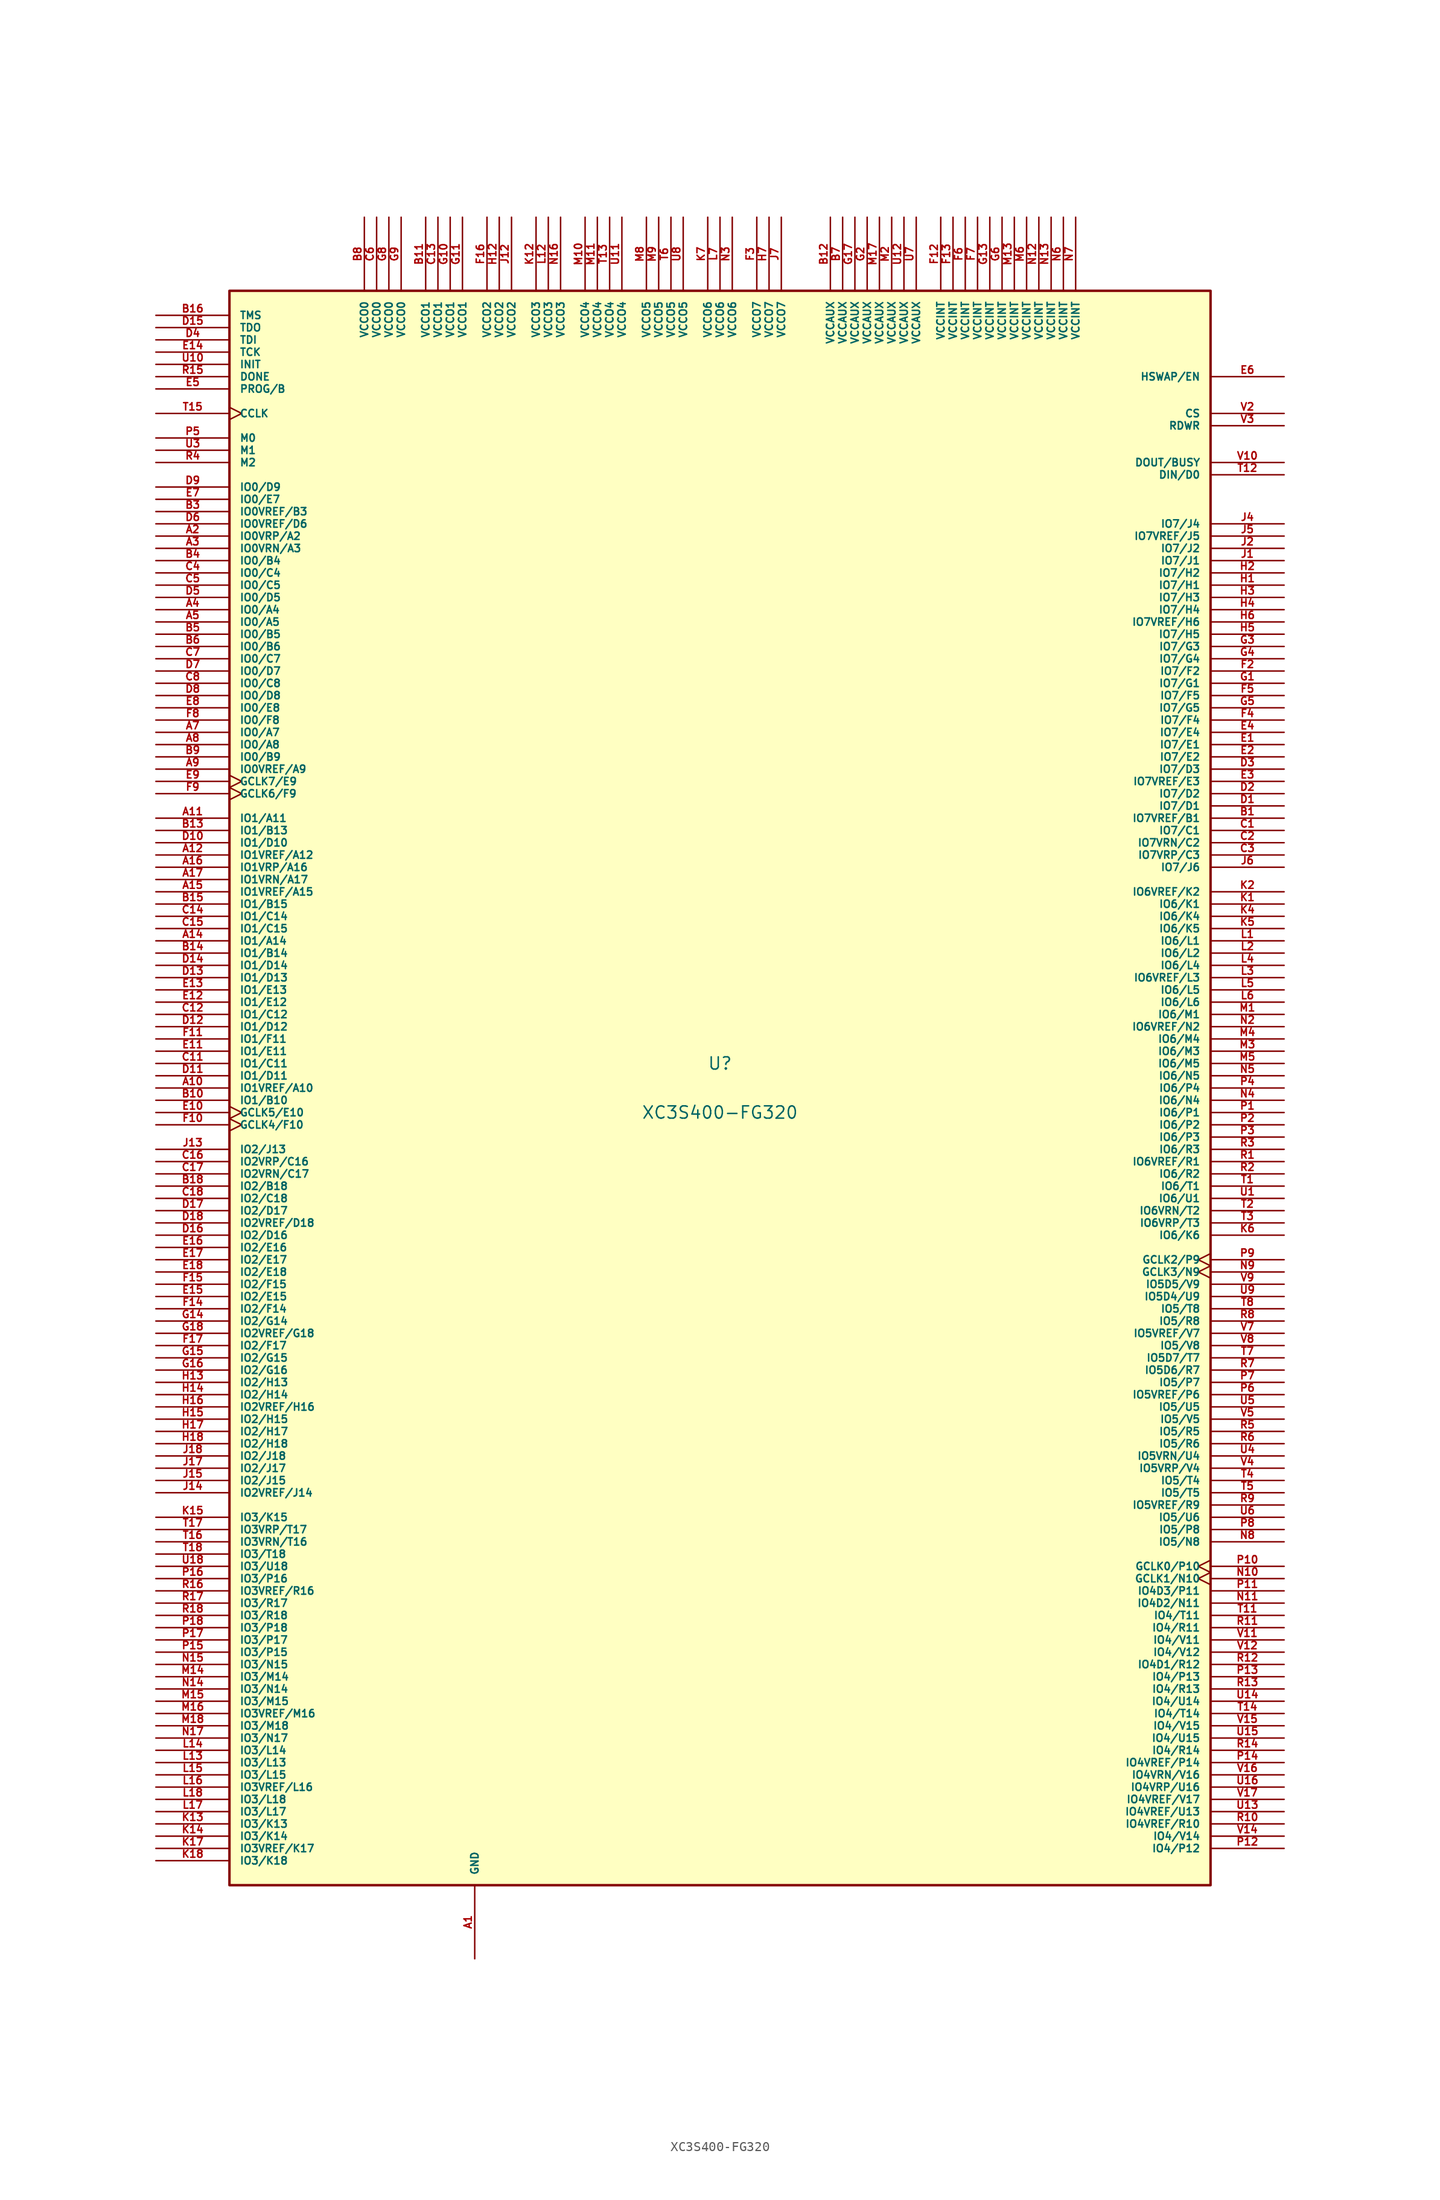
<source format=kicad_sym>
(kicad_symbol_lib
  (version 20241209)
  (generator "kicad_symbol_editor")
  (generator_version "9.0")
  (symbol "XC3S400-FG320"
    (pin_names
      (offset 1.016))
    (property "Reference" "U"
      (at 0 2.54 0)
      (effects (font (size 1.27 1.27))))
    (property "Value" "XC3S400-FG320"
      (at 0 -2.54 0)
      (effects (font (size 1.27 1.27))))
    (symbol "XC3S400-FG320_0_1"
      (rectangle (start -50.8 -82.55) (end 50.8 82.55) (stroke (width 0.254) (type default)) (fill (type background))))
    (symbol "XC3S400-FG320_1_1"
      (pin input line (at -58.42 80.01 0) (length 7.62) (name "TMS" (effects (font (size 0.762 0.762)))) (number "B16" (effects (font (size 0.762 0.762)))))
      (pin output line (at -58.42 78.74 0) (length 7.62) (name "TDO" (effects (font (size 0.762 0.762)))) (number "D15" (effects (font (size 0.762 0.762)))))
      (pin input line (at -58.42 77.47 0) (length 7.62) (name "TDI" (effects (font (size 0.762 0.762)))) (number "D4" (effects (font (size 0.762 0.762)))))
      (pin input line (at -58.42 76.2 0) (length 7.62) (name "TCK" (effects (font (size 0.762 0.762)))) (number "E14" (effects (font (size 0.762 0.762)))))
      (pin input line (at -58.42 74.93 0) (length 7.62) (name "INIT" (effects (font (size 0.762 0.762)))) (number "U10" (effects (font (size 0.762 0.762)))))
      (pin output line (at -58.42 73.66 0) (length 7.62) (name "DONE" (effects (font (size 0.762 0.762)))) (number "R15" (effects (font (size 0.762 0.762)))))
      (pin input line (at -58.42 72.39 0) (length 7.62) (name "PROG/B" (effects (font (size 0.762 0.762)))) (number "E5" (effects (font (size 0.762 0.762)))))
      (pin input clock (at -58.42 69.85 0) (length 7.62) (name "CCLK" (effects (font (size 0.762 0.762)))) (number "T15" (effects (font (size 0.762 0.762)))))
      (pin input line (at -58.42 67.31 0) (length 7.62) (name "M0" (effects (font (size 0.762 0.762)))) (number "P5" (effects (font (size 0.762 0.762)))))
      (pin input line (at -58.42 66.04 0) (length 7.62) (name "M1" (effects (font (size 0.762 0.762)))) (number "U3" (effects (font (size 0.762 0.762)))))
      (pin input line (at -58.42 64.77 0) (length 7.62) (name "M2" (effects (font (size 0.762 0.762)))) (number "R4" (effects (font (size 0.762 0.762)))))
      (pin bidirectional line (at -58.42 62.23 0) (length 7.62) (name "IO0/D9" (effects (font (size 0.762 0.762)))) (number "D9" (effects (font (size 0.762 0.762)))))
      (pin bidirectional line (at -58.42 60.96 0) (length 7.62) (name "IO0/E7" (effects (font (size 0.762 0.762)))) (number "E7" (effects (font (size 0.762 0.762)))))
      (pin bidirectional line (at -58.42 59.69 0) (length 7.62) (name "IO0VREF/B3" (effects (font (size 0.762 0.762)))) (number "B3" (effects (font (size 0.762 0.762)))))
      (pin bidirectional line (at -58.42 58.42 0) (length 7.62) (name "IO0VREF/D6" (effects (font (size 0.762 0.762)))) (number "D6" (effects (font (size 0.762 0.762)))))
      (pin bidirectional line (at -58.42 57.15 0) (length 7.62) (name "IO0VRP/A2" (effects (font (size 0.762 0.762)))) (number "A2" (effects (font (size 0.762 0.762)))))
      (pin bidirectional line (at -58.42 55.88 0) (length 7.62) (name "IO0VRN/A3" (effects (font (size 0.762 0.762)))) (number "A3" (effects (font (size 0.762 0.762)))))
      (pin bidirectional line (at -58.42 54.61 0) (length 7.62) (name "IO0/B4" (effects (font (size 0.762 0.762)))) (number "B4" (effects (font (size 0.762 0.762)))))
      (pin bidirectional line (at -58.42 53.34 0) (length 7.62) (name "IO0/C4" (effects (font (size 0.762 0.762)))) (number "C4" (effects (font (size 0.762 0.762)))))
      (pin bidirectional line (at -58.42 52.07 0) (length 7.62) (name "IO0/C5" (effects (font (size 0.762 0.762)))) (number "C5" (effects (font (size 0.762 0.762)))))
      (pin bidirectional line (at -58.42 50.8 0) (length 7.62) (name "IO0/D5" (effects (font (size 0.762 0.762)))) (number "D5" (effects (font (size 0.762 0.762)))))
      (pin bidirectional line (at -58.42 49.53 0) (length 7.62) (name "IO0/A4" (effects (font (size 0.762 0.762)))) (number "A4" (effects (font (size 0.762 0.762)))))
      (pin bidirectional line (at -58.42 48.26 0) (length 7.62) (name "IO0/A5" (effects (font (size 0.762 0.762)))) (number "A5" (effects (font (size 0.762 0.762)))))
      (pin bidirectional line (at -58.42 46.99 0) (length 7.62) (name "IO0/B5" (effects (font (size 0.762 0.762)))) (number "B5" (effects (font (size 0.762 0.762)))))
      (pin bidirectional line (at -58.42 45.72 0) (length 7.62) (name "IO0/B6" (effects (font (size 0.762 0.762)))) (number "B6" (effects (font (size 0.762 0.762)))))
      (pin bidirectional line (at -58.42 44.45 0) (length 7.62) (name "IO0/C7" (effects (font (size 0.762 0.762)))) (number "C7" (effects (font (size 0.762 0.762)))))
      (pin bidirectional line (at -58.42 43.18 0) (length 7.62) (name "IO0/D7" (effects (font (size 0.762 0.762)))) (number "D7" (effects (font (size 0.762 0.762)))))
      (pin bidirectional line (at -58.42 41.91 0) (length 7.62) (name "IO0/C8" (effects (font (size 0.762 0.762)))) (number "C8" (effects (font (size 0.762 0.762)))))
      (pin bidirectional line (at -58.42 40.64 0) (length 7.62) (name "IO0/D8" (effects (font (size 0.762 0.762)))) (number "D8" (effects (font (size 0.762 0.762)))))
      (pin bidirectional line (at -58.42 39.37 0) (length 7.62) (name "IO0/E8" (effects (font (size 0.762 0.762)))) (number "E8" (effects (font (size 0.762 0.762)))))
      (pin bidirectional line (at -58.42 38.1 0) (length 7.62) (name "IO0/F8" (effects (font (size 0.762 0.762)))) (number "F8" (effects (font (size 0.762 0.762)))))
      (pin bidirectional line (at -58.42 36.83 0) (length 7.62) (name "IO0/A7" (effects (font (size 0.762 0.762)))) (number "A7" (effects (font (size 0.762 0.762)))))
      (pin bidirectional line (at -58.42 35.56 0) (length 7.62) (name "IO0/A8" (effects (font (size 0.762 0.762)))) (number "A8" (effects (font (size 0.762 0.762)))))
      (pin bidirectional line (at -58.42 34.29 0) (length 7.62) (name "IO0/B9" (effects (font (size 0.762 0.762)))) (number "B9" (effects (font (size 0.762 0.762)))))
      (pin bidirectional line (at -58.42 33.02 0) (length 7.62) (name "IO0VREF/A9" (effects (font (size 0.762 0.762)))) (number "A9" (effects (font (size 0.762 0.762)))))
      (pin input clock (at -58.42 31.75 0) (length 7.62) (name "GCLK7/E9" (effects (font (size 0.762 0.762)))) (number "E9" (effects (font (size 0.762 0.762)))))
      (pin input clock (at -58.42 30.48 0) (length 7.62) (name "GCLK6/F9" (effects (font (size 0.762 0.762)))) (number "F9" (effects (font (size 0.762 0.762)))))
      (pin bidirectional line (at -58.42 27.94 0) (length 7.62) (name "IO1/A11" (effects (font (size 0.762 0.762)))) (number "A11" (effects (font (size 0.762 0.762)))))
      (pin bidirectional line (at -58.42 26.67 0) (length 7.62) (name "IO1/B13" (effects (font (size 0.762 0.762)))) (number "B13" (effects (font (size 0.762 0.762)))))
      (pin bidirectional line (at -58.42 25.4 0) (length 7.62) (name "IO1/D10" (effects (font (size 0.762 0.762)))) (number "D10" (effects (font (size 0.762 0.762)))))
      (pin bidirectional line (at -58.42 24.13 0) (length 7.62) (name "IO1VREF/A12" (effects (font (size 0.762 0.762)))) (number "A12" (effects (font (size 0.762 0.762)))))
      (pin bidirectional line (at -58.42 22.86 0) (length 7.62) (name "IO1VRP/A16" (effects (font (size 0.762 0.762)))) (number "A16" (effects (font (size 0.762 0.762)))))
      (pin bidirectional line (at -58.42 21.59 0) (length 7.62) (name "IO1VRN/A17" (effects (font (size 0.762 0.762)))) (number "A17" (effects (font (size 0.762 0.762)))))
      (pin bidirectional line (at -58.42 20.32 0) (length 7.62) (name "IO1VREF/A15" (effects (font (size 0.762 0.762)))) (number "A15" (effects (font (size 0.762 0.762)))))
      (pin bidirectional line (at -58.42 19.05 0) (length 7.62) (name "IO1/B15" (effects (font (size 0.762 0.762)))) (number "B15" (effects (font (size 0.762 0.762)))))
      (pin bidirectional line (at -58.42 17.78 0) (length 7.62) (name "IO1/C14" (effects (font (size 0.762 0.762)))) (number "C14" (effects (font (size 0.762 0.762)))))
      (pin bidirectional line (at -58.42 16.51 0) (length 7.62) (name "IO1/C15" (effects (font (size 0.762 0.762)))) (number "C15" (effects (font (size 0.762 0.762)))))
      (pin bidirectional line (at -58.42 15.24 0) (length 7.62) (name "IO1/A14" (effects (font (size 0.762 0.762)))) (number "A14" (effects (font (size 0.762 0.762)))))
      (pin bidirectional line (at -58.42 13.97 0) (length 7.62) (name "IO1/B14" (effects (font (size 0.762 0.762)))) (number "B14" (effects (font (size 0.762 0.762)))))
      (pin bidirectional line (at -58.42 12.7 0) (length 7.62) (name "IO1/D14" (effects (font (size 0.762 0.762)))) (number "D14" (effects (font (size 0.762 0.762)))))
      (pin bidirectional line (at -58.42 11.43 0) (length 7.62) (name "IO1/D13" (effects (font (size 0.762 0.762)))) (number "D13" (effects (font (size 0.762 0.762)))))
      (pin bidirectional line (at -58.42 10.16 0) (length 7.62) (name "IO1/E13" (effects (font (size 0.762 0.762)))) (number "E13" (effects (font (size 0.762 0.762)))))
      (pin bidirectional line (at -58.42 8.89 0) (length 7.62) (name "IO1/E12" (effects (font (size 0.762 0.762)))) (number "E12" (effects (font (size 0.762 0.762)))))
      (pin bidirectional line (at -58.42 7.62 0) (length 7.62) (name "IO1/C12" (effects (font (size 0.762 0.762)))) (number "C12" (effects (font (size 0.762 0.762)))))
      (pin bidirectional line (at -58.42 6.35 0) (length 7.62) (name "IO1/D12" (effects (font (size 0.762 0.762)))) (number "D12" (effects (font (size 0.762 0.762)))))
      (pin bidirectional line (at -58.42 5.08 0) (length 7.62) (name "IO1/F11" (effects (font (size 0.762 0.762)))) (number "F11" (effects (font (size 0.762 0.762)))))
      (pin bidirectional line (at -58.42 3.81 0) (length 7.62) (name "IO1/E11" (effects (font (size 0.762 0.762)))) (number "E11" (effects (font (size 0.762 0.762)))))
      (pin bidirectional line (at -58.42 2.54 0) (length 7.62) (name "IO1/C11" (effects (font (size 0.762 0.762)))) (number "C11" (effects (font (size 0.762 0.762)))))
      (pin bidirectional line (at -58.42 1.27 0) (length 7.62) (name "IO1/D11" (effects (font (size 0.762 0.762)))) (number "D11" (effects (font (size 0.762 0.762)))))
      (pin bidirectional line (at -58.42 0 0) (length 7.62) (name "IO1VREF/A10" (effects (font (size 0.762 0.762)))) (number "A10" (effects (font (size 0.762 0.762)))))
      (pin bidirectional line (at -58.42 -1.27 0) (length 7.62) (name "IO1/B10" (effects (font (size 0.762 0.762)))) (number "B10" (effects (font (size 0.762 0.762)))))
      (pin input clock (at -58.42 -2.54 0) (length 7.62) (name "GCLK5/E10" (effects (font (size 0.762 0.762)))) (number "E10" (effects (font (size 0.762 0.762)))))
      (pin input clock (at -58.42 -3.81 0) (length 7.62) (name "GCLK4/F10" (effects (font (size 0.762 0.762)))) (number "F10" (effects (font (size 0.762 0.762)))))
      (pin bidirectional line (at -58.42 -6.35 0) (length 7.62) (name "IO2/J13" (effects (font (size 0.762 0.762)))) (number "J13" (effects (font (size 0.762 0.762)))))
      (pin bidirectional line (at -58.42 -7.62 0) (length 7.62) (name "IO2VRP/C16" (effects (font (size 0.762 0.762)))) (number "C16" (effects (font (size 0.762 0.762)))))
      (pin bidirectional line (at -58.42 -8.89 0) (length 7.62) (name "IO2VRN/C17" (effects (font (size 0.762 0.762)))) (number "C17" (effects (font (size 0.762 0.762)))))
      (pin bidirectional line (at -58.42 -10.16 0) (length 7.62) (name "IO2/B18" (effects (font (size 0.762 0.762)))) (number "B18" (effects (font (size 0.762 0.762)))))
      (pin bidirectional line (at -58.42 -11.43 0) (length 7.62) (name "IO2/C18" (effects (font (size 0.762 0.762)))) (number "C18" (effects (font (size 0.762 0.762)))))
      (pin bidirectional line (at -58.42 -12.7 0) (length 7.62) (name "IO2/D17" (effects (font (size 0.762 0.762)))) (number "D17" (effects (font (size 0.762 0.762)))))
      (pin bidirectional line (at -58.42 -13.97 0) (length 7.62) (name "IO2VREF/D18" (effects (font (size 0.762 0.762)))) (number "D18" (effects (font (size 0.762 0.762)))))
      (pin bidirectional line (at -58.42 -15.24 0) (length 7.62) (name "IO2/D16" (effects (font (size 0.762 0.762)))) (number "D16" (effects (font (size 0.762 0.762)))))
      (pin bidirectional line (at -58.42 -16.51 0) (length 7.62) (name "IO2/E16" (effects (font (size 0.762 0.762)))) (number "E16" (effects (font (size 0.762 0.762)))))
      (pin bidirectional line (at -58.42 -17.78 0) (length 7.62) (name "IO2/E17" (effects (font (size 0.762 0.762)))) (number "E17" (effects (font (size 0.762 0.762)))))
      (pin bidirectional line (at -58.42 -19.05 0) (length 7.62) (name "IO2/E18" (effects (font (size 0.762 0.762)))) (number "E18" (effects (font (size 0.762 0.762)))))
      (pin bidirectional line (at -58.42 -20.32 0) (length 7.62) (name "IO2/F15" (effects (font (size 0.762 0.762)))) (number "F15" (effects (font (size 0.762 0.762)))))
      (pin bidirectional line (at -58.42 -21.59 0) (length 7.62) (name "IO2/E15" (effects (font (size 0.762 0.762)))) (number "E15" (effects (font (size 0.762 0.762)))))
      (pin bidirectional line (at -58.42 -22.86 0) (length 7.62) (name "IO2/F14" (effects (font (size 0.762 0.762)))) (number "F14" (effects (font (size 0.762 0.762)))))
      (pin bidirectional line (at -58.42 -24.13 0) (length 7.62) (name "IO2/G14" (effects (font (size 0.762 0.762)))) (number "G14" (effects (font (size 0.762 0.762)))))
      (pin bidirectional line (at -58.42 -25.4 0) (length 7.62) (name "IO2VREF/G18" (effects (font (size 0.762 0.762)))) (number "G18" (effects (font (size 0.762 0.762)))))
      (pin bidirectional line (at -58.42 -26.67 0) (length 7.62) (name "IO2/F17" (effects (font (size 0.762 0.762)))) (number "F17" (effects (font (size 0.762 0.762)))))
      (pin bidirectional line (at -58.42 -27.94 0) (length 7.62) (name "IO2/G15" (effects (font (size 0.762 0.762)))) (number "G15" (effects (font (size 0.762 0.762)))))
      (pin bidirectional line (at -58.42 -29.21 0) (length 7.62) (name "IO2/G16" (effects (font (size 0.762 0.762)))) (number "G16" (effects (font (size 0.762 0.762)))))
      (pin bidirectional line (at -58.42 -30.48 0) (length 7.62) (name "IO2/H13" (effects (font (size 0.762 0.762)))) (number "H13" (effects (font (size 0.762 0.762)))))
      (pin bidirectional line (at -58.42 -31.75 0) (length 7.62) (name "IO2/H14" (effects (font (size 0.762 0.762)))) (number "H14" (effects (font (size 0.762 0.762)))))
      (pin bidirectional line (at -58.42 -33.02 0) (length 7.62) (name "IO2VREF/H16" (effects (font (size 0.762 0.762)))) (number "H16" (effects (font (size 0.762 0.762)))))
      (pin bidirectional line (at -58.42 -34.29 0) (length 7.62) (name "IO2/H15" (effects (font (size 0.762 0.762)))) (number "H15" (effects (font (size 0.762 0.762)))))
      (pin bidirectional line (at -58.42 -35.56 0) (length 7.62) (name "IO2/H17" (effects (font (size 0.762 0.762)))) (number "H17" (effects (font (size 0.762 0.762)))))
      (pin bidirectional line (at -58.42 -36.83 0) (length 7.62) (name "IO2/H18" (effects (font (size 0.762 0.762)))) (number "H18" (effects (font (size 0.762 0.762)))))
      (pin bidirectional line (at -58.42 -38.1 0) (length 7.62) (name "IO2/J18" (effects (font (size 0.762 0.762)))) (number "J18" (effects (font (size 0.762 0.762)))))
      (pin bidirectional line (at -58.42 -39.37 0) (length 7.62) (name "IO2/J17" (effects (font (size 0.762 0.762)))) (number "J17" (effects (font (size 0.762 0.762)))))
      (pin bidirectional line (at -58.42 -40.64 0) (length 7.62) (name "IO2/J15" (effects (font (size 0.762 0.762)))) (number "J15" (effects (font (size 0.762 0.762)))))
      (pin bidirectional line (at -58.42 -41.91 0) (length 7.62) (name "IO2VREF/J14" (effects (font (size 0.762 0.762)))) (number "J14" (effects (font (size 0.762 0.762)))))
      (pin bidirectional line (at -58.42 -44.45 0) (length 7.62) (name "IO3/K15" (effects (font (size 0.762 0.762)))) (number "K15" (effects (font (size 0.762 0.762)))))
      (pin bidirectional line (at -58.42 -45.72 0) (length 7.62) (name "IO3VRP/T17" (effects (font (size 0.762 0.762)))) (number "T17" (effects (font (size 0.762 0.762)))))
      (pin bidirectional line (at -58.42 -46.99 0) (length 7.62) (name "IO3VRN/T16" (effects (font (size 0.762 0.762)))) (number "T16" (effects (font (size 0.762 0.762)))))
      (pin bidirectional line (at -58.42 -48.26 0) (length 7.62) (name "IO3/T18" (effects (font (size 0.762 0.762)))) (number "T18" (effects (font (size 0.762 0.762)))))
      (pin bidirectional line (at -58.42 -49.53 0) (length 7.62) (name "IO3/U18" (effects (font (size 0.762 0.762)))) (number "U18" (effects (font (size 0.762 0.762)))))
      (pin bidirectional line (at -58.42 -50.8 0) (length 7.62) (name "IO3/P16" (effects (font (size 0.762 0.762)))) (number "P16" (effects (font (size 0.762 0.762)))))
      (pin bidirectional line (at -58.42 -52.07 0) (length 7.62) (name "IO3VREF/R16" (effects (font (size 0.762 0.762)))) (number "R16" (effects (font (size 0.762 0.762)))))
      (pin bidirectional line (at -58.42 -53.34 0) (length 7.62) (name "IO3/R17" (effects (font (size 0.762 0.762)))) (number "R17" (effects (font (size 0.762 0.762)))))
      (pin bidirectional line (at -58.42 -54.61 0) (length 7.62) (name "IO3/R18" (effects (font (size 0.762 0.762)))) (number "R18" (effects (font (size 0.762 0.762)))))
      (pin bidirectional line (at -58.42 -55.88 0) (length 7.62) (name "IO3/P18" (effects (font (size 0.762 0.762)))) (number "P18" (effects (font (size 0.762 0.762)))))
      (pin bidirectional line (at -58.42 -57.15 0) (length 7.62) (name "IO3/P17" (effects (font (size 0.762 0.762)))) (number "P17" (effects (font (size 0.762 0.762)))))
      (pin bidirectional line (at -58.42 -58.42 0) (length 7.62) (name "IO3/P15" (effects (font (size 0.762 0.762)))) (number "P15" (effects (font (size 0.762 0.762)))))
      (pin bidirectional line (at -58.42 -59.69 0) (length 7.62) (name "IO3/N15" (effects (font (size 0.762 0.762)))) (number "N15" (effects (font (size 0.762 0.762)))))
      (pin bidirectional line (at -58.42 -60.96 0) (length 7.62) (name "IO3/M14" (effects (font (size 0.762 0.762)))) (number "M14" (effects (font (size 0.762 0.762)))))
      (pin bidirectional line (at -58.42 -62.23 0) (length 7.62) (name "IO3/N14" (effects (font (size 0.762 0.762)))) (number "N14" (effects (font (size 0.762 0.762)))))
      (pin bidirectional line (at -58.42 -63.5 0) (length 7.62) (name "IO3/M15" (effects (font (size 0.762 0.762)))) (number "M15" (effects (font (size 0.762 0.762)))))
      (pin bidirectional line (at -58.42 -64.77 0) (length 7.62) (name "IO3VREF/M16" (effects (font (size 0.762 0.762)))) (number "M16" (effects (font (size 0.762 0.762)))))
      (pin bidirectional line (at -58.42 -66.04 0) (length 7.62) (name "IO3/M18" (effects (font (size 0.762 0.762)))) (number "M18" (effects (font (size 0.762 0.762)))))
      (pin bidirectional line (at -58.42 -67.31 0) (length 7.62) (name "IO3/N17" (effects (font (size 0.762 0.762)))) (number "N17" (effects (font (size 0.762 0.762)))))
      (pin bidirectional line (at -58.42 -68.58 0) (length 7.62) (name "IO3/L14" (effects (font (size 0.762 0.762)))) (number "L14" (effects (font (size 0.762 0.762)))))
      (pin bidirectional line (at -58.42 -69.85 0) (length 7.62) (name "IO3/L13" (effects (font (size 0.762 0.762)))) (number "L13" (effects (font (size 0.762 0.762)))))
      (pin bidirectional line (at -58.42 -71.12 0) (length 7.62) (name "IO3/L15" (effects (font (size 0.762 0.762)))) (number "L15" (effects (font (size 0.762 0.762)))))
      (pin bidirectional line (at -58.42 -72.39 0) (length 7.62) (name "IO3VREF/L16" (effects (font (size 0.762 0.762)))) (number "L16" (effects (font (size 0.762 0.762)))))
      (pin bidirectional line (at -58.42 -73.66 0) (length 7.62) (name "IO3/L18" (effects (font (size 0.762 0.762)))) (number "L18" (effects (font (size 0.762 0.762)))))
      (pin bidirectional line (at -58.42 -74.93 0) (length 7.62) (name "IO3/L17" (effects (font (size 0.762 0.762)))) (number "L17" (effects (font (size 0.762 0.762)))))
      (pin bidirectional line (at -58.42 -76.2 0) (length 7.62) (name "IO3/K13" (effects (font (size 0.762 0.762)))) (number "K13" (effects (font (size 0.762 0.762)))))
      (pin bidirectional line (at -58.42 -77.47 0) (length 7.62) (name "IO3/K14" (effects (font (size 0.762 0.762)))) (number "K14" (effects (font (size 0.762 0.762)))))
      (pin bidirectional line (at -58.42 -78.74 0) (length 7.62) (name "IO3VREF/K17" (effects (font (size 0.762 0.762)))) (number "K17" (effects (font (size 0.762 0.762)))))
      (pin bidirectional line (at -58.42 -80.01 0) (length 7.62) (name "IO3/K18" (effects (font (size 0.762 0.762)))) (number "K18" (effects (font (size 0.762 0.762)))))
      (pin power_in line (at -36.83 90.17 270) (length 7.62) (name "VCCO0" (effects (font (size 0.762 0.762)))) (number "B8" (effects (font (size 0.762 0.762)))))
      (pin power_in line (at -35.56 90.17 270) (length 7.62) (name "VCCO0" (effects (font (size 0.762 0.762)))) (number "C6" (effects (font (size 0.762 0.762)))))
      (pin power_in line (at -34.29 90.17 270) (length 7.62) (name "VCCO0" (effects (font (size 0.762 0.762)))) (number "G8" (effects (font (size 0.762 0.762)))))
      (pin power_in line (at -33.02 90.17 270) (length 7.62) (name "VCCO0" (effects (font (size 0.762 0.762)))) (number "G9" (effects (font (size 0.762 0.762)))))
      (pin power_in line (at -30.48 90.17 270) (length 7.62) (name "VCCO1" (effects (font (size 0.762 0.762)))) (number "B11" (effects (font (size 0.762 0.762)))))
      (pin power_in line (at -29.21 90.17 270) (length 7.62) (name "VCCO1" (effects (font (size 0.762 0.762)))) (number "C13" (effects (font (size 0.762 0.762)))))
      (pin power_in line (at -27.94 90.17 270) (length 7.62) (name "VCCO1" (effects (font (size 0.762 0.762)))) (number "G10" (effects (font (size 0.762 0.762)))))
      (pin power_in line (at -26.67 90.17 270) (length 7.62) (name "VCCO1" (effects (font (size 0.762 0.762)))) (number "G11" (effects (font (size 0.762 0.762)))))
      (pin power_in line (at -25.4 -90.17 90) (length 7.62) (name "GND" (effects (font (size 0.762 0.762)))) (number "A1" (effects (font (size 0.762 0.762)))))
      (pin passive line (at -25.4 -90.17 90) (length 7.62) (hide yes) (name "GND" (effects (font (size 0.762 0.762)))) (number "A13" (effects (font (size 0.762 0.762)))))
      (pin passive line (at -25.4 -90.17 90) (length 7.62) (hide yes) (name "GND" (effects (font (size 0.762 0.762)))) (number "A18" (effects (font (size 0.762 0.762)))))
      (pin passive line (at -25.4 -90.17 90) (length 7.62) (hide yes) (name "GND" (effects (font (size 0.762 0.762)))) (number "A6" (effects (font (size 0.762 0.762)))))
      (pin passive line (at -25.4 -90.17 90) (length 7.62) (hide yes) (name "GND" (effects (font (size 0.762 0.762)))) (number "B17" (effects (font (size 0.762 0.762)))))
      (pin passive line (at -25.4 -90.17 90) (length 7.62) (hide yes) (name "GND" (effects (font (size 0.762 0.762)))) (number "B2" (effects (font (size 0.762 0.762)))))
      (pin passive line (at -25.4 -90.17 90) (length 7.62) (hide yes) (name "GND" (effects (font (size 0.762 0.762)))) (number "C10" (effects (font (size 0.762 0.762)))))
      (pin passive line (at -25.4 -90.17 90) (length 7.62) (hide yes) (name "GND" (effects (font (size 0.762 0.762)))) (number "C9" (effects (font (size 0.762 0.762)))))
      (pin passive line (at -25.4 -90.17 90) (length 7.62) (hide yes) (name "GND" (effects (font (size 0.762 0.762)))) (number "F1" (effects (font (size 0.762 0.762)))))
      (pin passive line (at -25.4 -90.17 90) (length 7.62) (hide yes) (name "GND" (effects (font (size 0.762 0.762)))) (number "F18" (effects (font (size 0.762 0.762)))))
      (pin passive line (at -25.4 -90.17 90) (length 7.62) (hide yes) (name "GND" (effects (font (size 0.762 0.762)))) (number "G12" (effects (font (size 0.762 0.762)))))
      (pin passive line (at -25.4 -90.17 90) (length 7.62) (hide yes) (name "GND" (effects (font (size 0.762 0.762)))) (number "G7" (effects (font (size 0.762 0.762)))))
      (pin passive line (at -25.4 -90.17 90) (length 7.62) (hide yes) (name "GND" (effects (font (size 0.762 0.762)))) (number "H10" (effects (font (size 0.762 0.762)))))
      (pin passive line (at -25.4 -90.17 90) (length 7.62) (hide yes) (name "GND" (effects (font (size 0.762 0.762)))) (number "H11" (effects (font (size 0.762 0.762)))))
      (pin passive line (at -25.4 -90.17 90) (length 7.62) (hide yes) (name "GND" (effects (font (size 0.762 0.762)))) (number "H8" (effects (font (size 0.762 0.762)))))
      (pin passive line (at -25.4 -90.17 90) (length 7.62) (hide yes) (name "GND" (effects (font (size 0.762 0.762)))) (number "H9" (effects (font (size 0.762 0.762)))))
      (pin passive line (at -25.4 -90.17 90) (length 7.62) (hide yes) (name "GND" (effects (font (size 0.762 0.762)))) (number "J11" (effects (font (size 0.762 0.762)))))
      (pin passive line (at -25.4 -90.17 90) (length 7.62) (hide yes) (name "GND" (effects (font (size 0.762 0.762)))) (number "J16" (effects (font (size 0.762 0.762)))))
      (pin passive line (at -25.4 -90.17 90) (length 7.62) (hide yes) (name "GND" (effects (font (size 0.762 0.762)))) (number "J3" (effects (font (size 0.762 0.762)))))
      (pin passive line (at -25.4 -90.17 90) (length 7.62) (hide yes) (name "GND" (effects (font (size 0.762 0.762)))) (number "J8" (effects (font (size 0.762 0.762)))))
      (pin passive line (at -25.4 -90.17 90) (length 7.62) (hide yes) (name "GND" (effects (font (size 0.762 0.762)))) (number "K11" (effects (font (size 0.762 0.762)))))
      (pin passive line (at -25.4 -90.17 90) (length 7.62) (hide yes) (name "GND" (effects (font (size 0.762 0.762)))) (number "K16" (effects (font (size 0.762 0.762)))))
      (pin passive line (at -25.4 -90.17 90) (length 7.62) (hide yes) (name "GND" (effects (font (size 0.762 0.762)))) (number "K3" (effects (font (size 0.762 0.762)))))
      (pin passive line (at -25.4 -90.17 90) (length 7.62) (hide yes) (name "GND" (effects (font (size 0.762 0.762)))) (number "K8" (effects (font (size 0.762 0.762)))))
      (pin passive line (at -25.4 -90.17 90) (length 7.62) (hide yes) (name "GND" (effects (font (size 0.762 0.762)))) (number "L10" (effects (font (size 0.762 0.762)))))
      (pin passive line (at -25.4 -90.17 90) (length 7.62) (hide yes) (name "GND" (effects (font (size 0.762 0.762)))) (number "L11" (effects (font (size 0.762 0.762)))))
      (pin passive line (at -25.4 -90.17 90) (length 7.62) (hide yes) (name "GND" (effects (font (size 0.762 0.762)))) (number "L8" (effects (font (size 0.762 0.762)))))
      (pin passive line (at -25.4 -90.17 90) (length 7.62) (hide yes) (name "GND" (effects (font (size 0.762 0.762)))) (number "L9" (effects (font (size 0.762 0.762)))))
      (pin passive line (at -25.4 -90.17 90) (length 7.62) (hide yes) (name "GND" (effects (font (size 0.762 0.762)))) (number "M12" (effects (font (size 0.762 0.762)))))
      (pin passive line (at -25.4 -90.17 90) (length 7.62) (hide yes) (name "GND" (effects (font (size 0.762 0.762)))) (number "M7" (effects (font (size 0.762 0.762)))))
      (pin passive line (at -25.4 -90.17 90) (length 7.62) (hide yes) (name "GND" (effects (font (size 0.762 0.762)))) (number "N1" (effects (font (size 0.762 0.762)))))
      (pin passive line (at -25.4 -90.17 90) (length 7.62) (hide yes) (name "GND" (effects (font (size 0.762 0.762)))) (number "N18" (effects (font (size 0.762 0.762)))))
      (pin passive line (at -25.4 -90.17 90) (length 7.62) (hide yes) (name "GND" (effects (font (size 0.762 0.762)))) (number "T10" (effects (font (size 0.762 0.762)))))
      (pin passive line (at -25.4 -90.17 90) (length 7.62) (hide yes) (name "GND" (effects (font (size 0.762 0.762)))) (number "T9" (effects (font (size 0.762 0.762)))))
      (pin passive line (at -25.4 -90.17 90) (length 7.62) (hide yes) (name "GND" (effects (font (size 0.762 0.762)))) (number "U17" (effects (font (size 0.762 0.762)))))
      (pin passive line (at -25.4 -90.17 90) (length 7.62) (hide yes) (name "GND" (effects (font (size 0.762 0.762)))) (number "U2" (effects (font (size 0.762 0.762)))))
      (pin passive line (at -25.4 -90.17 90) (length 7.62) (hide yes) (name "GND" (effects (font (size 0.762 0.762)))) (number "V1" (effects (font (size 0.762 0.762)))))
      (pin passive line (at -25.4 -90.17 90) (length 7.62) (hide yes) (name "GND" (effects (font (size 0.762 0.762)))) (number "V13" (effects (font (size 0.762 0.762)))))
      (pin passive line (at -25.4 -90.17 90) (length 7.62) (hide yes) (name "GND" (effects (font (size 0.762 0.762)))) (number "V18" (effects (font (size 0.762 0.762)))))
      (pin passive line (at -25.4 -90.17 90) (length 7.62) (hide yes) (name "GND" (effects (font (size 0.762 0.762)))) (number "V6" (effects (font (size 0.762 0.762)))))
      (pin power_in line (at -24.13 90.17 270) (length 7.62) (name "VCCO2" (effects (font (size 0.762 0.762)))) (number "F16" (effects (font (size 0.762 0.762)))))
      (pin power_in line (at -22.86 90.17 270) (length 7.62) (name "VCCO2" (effects (font (size 0.762 0.762)))) (number "H12" (effects (font (size 0.762 0.762)))))
      (pin power_in line (at -21.59 90.17 270) (length 7.62) (name "VCCO2" (effects (font (size 0.762 0.762)))) (number "J12" (effects (font (size 0.762 0.762)))))
      (pin power_in line (at -19.05 90.17 270) (length 7.62) (name "VCCO3" (effects (font (size 0.762 0.762)))) (number "K12" (effects (font (size 0.762 0.762)))))
      (pin power_in line (at -17.78 90.17 270) (length 7.62) (name "VCCO3" (effects (font (size 0.762 0.762)))) (number "L12" (effects (font (size 0.762 0.762)))))
      (pin power_in line (at -16.51 90.17 270) (length 7.62) (name "VCCO3" (effects (font (size 0.762 0.762)))) (number "N16" (effects (font (size 0.762 0.762)))))
      (pin power_in line (at -13.97 90.17 270) (length 7.62) (name "VCCO4" (effects (font (size 0.762 0.762)))) (number "M10" (effects (font (size 0.762 0.762)))))
      (pin power_in line (at -12.7 90.17 270) (length 7.62) (name "VCCO4" (effects (font (size 0.762 0.762)))) (number "M11" (effects (font (size 0.762 0.762)))))
      (pin power_in line (at -11.43 90.17 270) (length 7.62) (name "VCCO4" (effects (font (size 0.762 0.762)))) (number "T13" (effects (font (size 0.762 0.762)))))
      (pin power_in line (at -10.16 90.17 270) (length 7.62) (name "VCCO4" (effects (font (size 0.762 0.762)))) (number "U11" (effects (font (size 0.762 0.762)))))
      (pin power_in line (at -7.62 90.17 270) (length 7.62) (name "VCCO5" (effects (font (size 0.762 0.762)))) (number "M8" (effects (font (size 0.762 0.762)))))
      (pin power_in line (at -6.35 90.17 270) (length 7.62) (name "VCCO5" (effects (font (size 0.762 0.762)))) (number "M9" (effects (font (size 0.762 0.762)))))
      (pin power_in line (at -5.08 90.17 270) (length 7.62) (name "VCCO5" (effects (font (size 0.762 0.762)))) (number "T6" (effects (font (size 0.762 0.762)))))
      (pin power_in line (at -3.81 90.17 270) (length 7.62) (name "VCCO5" (effects (font (size 0.762 0.762)))) (number "U8" (effects (font (size 0.762 0.762)))))
      (pin power_in line (at -1.27 90.17 270) (length 7.62) (name "VCCO6" (effects (font (size 0.762 0.762)))) (number "K7" (effects (font (size 0.762 0.762)))))
      (pin power_in line (at 0 90.17 270) (length 7.62) (name "VCCO6" (effects (font (size 0.762 0.762)))) (number "L7" (effects (font (size 0.762 0.762)))))
      (pin power_in line (at 1.27 90.17 270) (length 7.62) (name "VCCO6" (effects (font (size 0.762 0.762)))) (number "N3" (effects (font (size 0.762 0.762)))))
      (pin power_in line (at 3.81 90.17 270) (length 7.62) (name "VCCO7" (effects (font (size 0.762 0.762)))) (number "F3" (effects (font (size 0.762 0.762)))))
      (pin power_in line (at 5.08 90.17 270) (length 7.62) (name "VCCO7" (effects (font (size 0.762 0.762)))) (number "H7" (effects (font (size 0.762 0.762)))))
      (pin power_in line (at 6.35 90.17 270) (length 7.62) (name "VCCO7" (effects (font (size 0.762 0.762)))) (number "J7" (effects (font (size 0.762 0.762)))))
      (pin power_in line (at 11.43 90.17 270) (length 7.62) (name "VCCAUX" (effects (font (size 0.762 0.762)))) (number "B12" (effects (font (size 0.762 0.762)))))
      (pin power_in line (at 12.7 90.17 270) (length 7.62) (name "VCCAUX" (effects (font (size 0.762 0.762)))) (number "B7" (effects (font (size 0.762 0.762)))))
      (pin power_in line (at 13.97 90.17 270) (length 7.62) (name "VCCAUX" (effects (font (size 0.762 0.762)))) (number "G17" (effects (font (size 0.762 0.762)))))
      (pin power_in line (at 15.24 90.17 270) (length 7.62) (name "VCCAUX" (effects (font (size 0.762 0.762)))) (number "G2" (effects (font (size 0.762 0.762)))))
      (pin power_in line (at 16.51 90.17 270) (length 7.62) (name "VCCAUX" (effects (font (size 0.762 0.762)))) (number "M17" (effects (font (size 0.762 0.762)))))
      (pin power_in line (at 17.78 90.17 270) (length 7.62) (name "VCCAUX" (effects (font (size 0.762 0.762)))) (number "M2" (effects (font (size 0.762 0.762)))))
      (pin power_in line (at 19.05 90.17 270) (length 7.62) (name "VCCAUX" (effects (font (size 0.762 0.762)))) (number "U12" (effects (font (size 0.762 0.762)))))
      (pin power_in line (at 20.32 90.17 270) (length 7.62) (name "VCCAUX" (effects (font (size 0.762 0.762)))) (number "U7" (effects (font (size 0.762 0.762)))))
      (pin power_in line (at 22.86 90.17 270) (length 7.62) (name "VCCINT" (effects (font (size 0.762 0.762)))) (number "F12" (effects (font (size 0.762 0.762)))))
      (pin power_in line (at 24.13 90.17 270) (length 7.62) (name "VCCINT" (effects (font (size 0.762 0.762)))) (number "F13" (effects (font (size 0.762 0.762)))))
      (pin power_in line (at 25.4 90.17 270) (length 7.62) (name "VCCINT" (effects (font (size 0.762 0.762)))) (number "F6" (effects (font (size 0.762 0.762)))))
      (pin power_in line (at 26.67 90.17 270) (length 7.62) (name "VCCINT" (effects (font (size 0.762 0.762)))) (number "F7" (effects (font (size 0.762 0.762)))))
      (pin power_in line (at 27.94 90.17 270) (length 7.62) (name "VCCINT" (effects (font (size 0.762 0.762)))) (number "G13" (effects (font (size 0.762 0.762)))))
      (pin power_in line (at 29.21 90.17 270) (length 7.62) (name "VCCINT" (effects (font (size 0.762 0.762)))) (number "G6" (effects (font (size 0.762 0.762)))))
      (pin power_in line (at 30.48 90.17 270) (length 7.62) (name "VCCINT" (effects (font (size 0.762 0.762)))) (number "M13" (effects (font (size 0.762 0.762)))))
      (pin power_in line (at 31.75 90.17 270) (length 7.62) (name "VCCINT" (effects (font (size 0.762 0.762)))) (number "M6" (effects (font (size 0.762 0.762)))))
      (pin power_in line (at 33.02 90.17 270) (length 7.62) (name "VCCINT" (effects (font (size 0.762 0.762)))) (number "N12" (effects (font (size 0.762 0.762)))))
      (pin power_in line (at 34.29 90.17 270) (length 7.62) (name "VCCINT" (effects (font (size 0.762 0.762)))) (number "N13" (effects (font (size 0.762 0.762)))))
      (pin power_in line (at 35.56 90.17 270) (length 7.62) (name "VCCINT" (effects (font (size 0.762 0.762)))) (number "N6" (effects (font (size 0.762 0.762)))))
      (pin power_in line (at 36.83 90.17 270) (length 7.62) (name "VCCINT" (effects (font (size 0.762 0.762)))) (number "N7" (effects (font (size 0.762 0.762)))))
      (pin input line (at 58.42 73.66 180) (length 7.62) (name "HSWAP/EN" (effects (font (size 0.762 0.762)))) (number "E6" (effects (font (size 0.762 0.762)))))
      (pin bidirectional line (at 58.42 69.85 180) (length 7.62) (name "CS" (effects (font (size 0.762 0.762)))) (number "V2" (effects (font (size 0.762 0.762)))))
      (pin bidirectional line (at 58.42 68.58 180) (length 7.62) (name "RDWR" (effects (font (size 0.762 0.762)))) (number "V3" (effects (font (size 0.762 0.762)))))
      (pin output line (at 58.42 64.77 180) (length 7.62) (name "DOUT/BUSY" (effects (font (size 0.762 0.762)))) (number "V10" (effects (font (size 0.762 0.762)))))
      (pin input line (at 58.42 63.5 180) (length 7.62) (name "DIN/D0" (effects (font (size 0.762 0.762)))) (number "T12" (effects (font (size 0.762 0.762)))))
      (pin bidirectional line (at 58.42 58.42 180) (length 7.62) (name "IO7/J4" (effects (font (size 0.762 0.762)))) (number "J4" (effects (font (size 0.762 0.762)))))
      (pin bidirectional line (at 58.42 57.15 180) (length 7.62) (name "IO7VREF/J5" (effects (font (size 0.762 0.762)))) (number "J5" (effects (font (size 0.762 0.762)))))
      (pin bidirectional line (at 58.42 55.88 180) (length 7.62) (name "IO7/J2" (effects (font (size 0.762 0.762)))) (number "J2" (effects (font (size 0.762 0.762)))))
      (pin bidirectional line (at 58.42 54.61 180) (length 7.62) (name "IO7/J1" (effects (font (size 0.762 0.762)))) (number "J1" (effects (font (size 0.762 0.762)))))
      (pin bidirectional line (at 58.42 53.34 180) (length 7.62) (name "IO7/H2" (effects (font (size 0.762 0.762)))) (number "H2" (effects (font (size 0.762 0.762)))))
      (pin bidirectional line (at 58.42 52.07 180) (length 7.62) (name "IO7/H1" (effects (font (size 0.762 0.762)))) (number "H1" (effects (font (size 0.762 0.762)))))
      (pin bidirectional line (at 58.42 50.8 180) (length 7.62) (name "IO7/H3" (effects (font (size 0.762 0.762)))) (number "H3" (effects (font (size 0.762 0.762)))))
      (pin bidirectional line (at 58.42 49.53 180) (length 7.62) (name "IO7/H4" (effects (font (size 0.762 0.762)))) (number "H4" (effects (font (size 0.762 0.762)))))
      (pin bidirectional line (at 58.42 48.26 180) (length 7.62) (name "IO7VREF/H6" (effects (font (size 0.762 0.762)))) (number "H6" (effects (font (size 0.762 0.762)))))
      (pin bidirectional line (at 58.42 46.99 180) (length 7.62) (name "IO7/H5" (effects (font (size 0.762 0.762)))) (number "H5" (effects (font (size 0.762 0.762)))))
      (pin bidirectional line (at 58.42 45.72 180) (length 7.62) (name "IO7/G3" (effects (font (size 0.762 0.762)))) (number "G3" (effects (font (size 0.762 0.762)))))
      (pin bidirectional line (at 58.42 44.45 180) (length 7.62) (name "IO7/G4" (effects (font (size 0.762 0.762)))) (number "G4" (effects (font (size 0.762 0.762)))))
      (pin bidirectional line (at 58.42 43.18 180) (length 7.62) (name "IO7/F2" (effects (font (size 0.762 0.762)))) (number "F2" (effects (font (size 0.762 0.762)))))
      (pin bidirectional line (at 58.42 41.91 180) (length 7.62) (name "IO7/G1" (effects (font (size 0.762 0.762)))) (number "G1" (effects (font (size 0.762 0.762)))))
      (pin bidirectional line (at 58.42 40.64 180) (length 7.62) (name "IO7/F5" (effects (font (size 0.762 0.762)))) (number "F5" (effects (font (size 0.762 0.762)))))
      (pin bidirectional line (at 58.42 39.37 180) (length 7.62) (name "IO7/G5" (effects (font (size 0.762 0.762)))) (number "G5" (effects (font (size 0.762 0.762)))))
      (pin bidirectional line (at 58.42 38.1 180) (length 7.62) (name "IO7/F4" (effects (font (size 0.762 0.762)))) (number "F4" (effects (font (size 0.762 0.762)))))
      (pin bidirectional line (at 58.42 36.83 180) (length 7.62) (name "IO7/E4" (effects (font (size 0.762 0.762)))) (number "E4" (effects (font (size 0.762 0.762)))))
      (pin bidirectional line (at 58.42 35.56 180) (length 7.62) (name "IO7/E1" (effects (font (size 0.762 0.762)))) (number "E1" (effects (font (size 0.762 0.762)))))
      (pin bidirectional line (at 58.42 34.29 180) (length 7.62) (name "IO7/E2" (effects (font (size 0.762 0.762)))) (number "E2" (effects (font (size 0.762 0.762)))))
      (pin bidirectional line (at 58.42 33.02 180) (length 7.62) (name "IO7/D3" (effects (font (size 0.762 0.762)))) (number "D3" (effects (font (size 0.762 0.762)))))
      (pin bidirectional line (at 58.42 31.75 180) (length 7.62) (name "IO7VREF/E3" (effects (font (size 0.762 0.762)))) (number "E3" (effects (font (size 0.762 0.762)))))
      (pin bidirectional line (at 58.42 30.48 180) (length 7.62) (name "IO7/D2" (effects (font (size 0.762 0.762)))) (number "D2" (effects (font (size 0.762 0.762)))))
      (pin bidirectional line (at 58.42 29.21 180) (length 7.62) (name "IO7/D1" (effects (font (size 0.762 0.762)))) (number "D1" (effects (font (size 0.762 0.762)))))
      (pin bidirectional line (at 58.42 27.94 180) (length 7.62) (name "IO7VREF/B1" (effects (font (size 0.762 0.762)))) (number "B1" (effects (font (size 0.762 0.762)))))
      (pin bidirectional line (at 58.42 26.67 180) (length 7.62) (name "IO7/C1" (effects (font (size 0.762 0.762)))) (number "C1" (effects (font (size 0.762 0.762)))))
      (pin bidirectional line (at 58.42 25.4 180) (length 7.62) (name "IO7VRN/C2" (effects (font (size 0.762 0.762)))) (number "C2" (effects (font (size 0.762 0.762)))))
      (pin bidirectional line (at 58.42 24.13 180) (length 7.62) (name "IO7VRP/C3" (effects (font (size 0.762 0.762)))) (number "C3" (effects (font (size 0.762 0.762)))))
      (pin bidirectional line (at 58.42 22.86 180) (length 7.62) (name "IO7/J6" (effects (font (size 0.762 0.762)))) (number "J6" (effects (font (size 0.762 0.762)))))
      (pin bidirectional line (at 58.42 20.32 180) (length 7.62) (name "IO6VREF/K2" (effects (font (size 0.762 0.762)))) (number "K2" (effects (font (size 0.762 0.762)))))
      (pin bidirectional line (at 58.42 19.05 180) (length 7.62) (name "IO6/K1" (effects (font (size 0.762 0.762)))) (number "K1" (effects (font (size 0.762 0.762)))))
      (pin bidirectional line (at 58.42 17.78 180) (length 7.62) (name "IO6/K4" (effects (font (size 0.762 0.762)))) (number "K4" (effects (font (size 0.762 0.762)))))
      (pin bidirectional line (at 58.42 16.51 180) (length 7.62) (name "IO6/K5" (effects (font (size 0.762 0.762)))) (number "K5" (effects (font (size 0.762 0.762)))))
      (pin bidirectional line (at 58.42 15.24 180) (length 7.62) (name "IO6/L1" (effects (font (size 0.762 0.762)))) (number "L1" (effects (font (size 0.762 0.762)))))
      (pin bidirectional line (at 58.42 13.97 180) (length 7.62) (name "IO6/L2" (effects (font (size 0.762 0.762)))) (number "L2" (effects (font (size 0.762 0.762)))))
      (pin bidirectional line (at 58.42 12.7 180) (length 7.62) (name "IO6/L4" (effects (font (size 0.762 0.762)))) (number "L4" (effects (font (size 0.762 0.762)))))
      (pin bidirectional line (at 58.42 11.43 180) (length 7.62) (name "IO6VREF/L3" (effects (font (size 0.762 0.762)))) (number "L3" (effects (font (size 0.762 0.762)))))
      (pin bidirectional line (at 58.42 10.16 180) (length 7.62) (name "IO6/L5" (effects (font (size 0.762 0.762)))) (number "L5" (effects (font (size 0.762 0.762)))))
      (pin bidirectional line (at 58.42 8.89 180) (length 7.62) (name "IO6/L6" (effects (font (size 0.762 0.762)))) (number "L6" (effects (font (size 0.762 0.762)))))
      (pin bidirectional line (at 58.42 7.62 180) (length 7.62) (name "IO6/M1" (effects (font (size 0.762 0.762)))) (number "M1" (effects (font (size 0.762 0.762)))))
      (pin bidirectional line (at 58.42 6.35 180) (length 7.62) (name "IO6VREF/N2" (effects (font (size 0.762 0.762)))) (number "N2" (effects (font (size 0.762 0.762)))))
      (pin bidirectional line (at 58.42 5.08 180) (length 7.62) (name "IO6/M4" (effects (font (size 0.762 0.762)))) (number "M4" (effects (font (size 0.762 0.762)))))
      (pin bidirectional line (at 58.42 3.81 180) (length 7.62) (name "IO6/M3" (effects (font (size 0.762 0.762)))) (number "M3" (effects (font (size 0.762 0.762)))))
      (pin bidirectional line (at 58.42 2.54 180) (length 7.62) (name "IO6/M5" (effects (font (size 0.762 0.762)))) (number "M5" (effects (font (size 0.762 0.762)))))
      (pin bidirectional line (at 58.42 1.27 180) (length 7.62) (name "IO6/N5" (effects (font (size 0.762 0.762)))) (number "N5" (effects (font (size 0.762 0.762)))))
      (pin bidirectional line (at 58.42 0 180) (length 7.62) (name "IO6/P4" (effects (font (size 0.762 0.762)))) (number "P4" (effects (font (size 0.762 0.762)))))
      (pin bidirectional line (at 58.42 -1.27 180) (length 7.62) (name "IO6/N4" (effects (font (size 0.762 0.762)))) (number "N4" (effects (font (size 0.762 0.762)))))
      (pin bidirectional line (at 58.42 -2.54 180) (length 7.62) (name "IO6/P1" (effects (font (size 0.762 0.762)))) (number "P1" (effects (font (size 0.762 0.762)))))
      (pin bidirectional line (at 58.42 -3.81 180) (length 7.62) (name "IO6/P2" (effects (font (size 0.762 0.762)))) (number "P2" (effects (font (size 0.762 0.762)))))
      (pin bidirectional line (at 58.42 -5.08 180) (length 7.62) (name "IO6/P3" (effects (font (size 0.762 0.762)))) (number "P3" (effects (font (size 0.762 0.762)))))
      (pin bidirectional line (at 58.42 -6.35 180) (length 7.62) (name "IO6/R3" (effects (font (size 0.762 0.762)))) (number "R3" (effects (font (size 0.762 0.762)))))
      (pin bidirectional line (at 58.42 -7.62 180) (length 7.62) (name "IO6VREF/R1" (effects (font (size 0.762 0.762)))) (number "R1" (effects (font (size 0.762 0.762)))))
      (pin bidirectional line (at 58.42 -8.89 180) (length 7.62) (name "IO6/R2" (effects (font (size 0.762 0.762)))) (number "R2" (effects (font (size 0.762 0.762)))))
      (pin bidirectional line (at 58.42 -10.16 180) (length 7.62) (name "IO6/T1" (effects (font (size 0.762 0.762)))) (number "T1" (effects (font (size 0.762 0.762)))))
      (pin bidirectional line (at 58.42 -11.43 180) (length 7.62) (name "IO6/U1" (effects (font (size 0.762 0.762)))) (number "U1" (effects (font (size 0.762 0.762)))))
      (pin bidirectional line (at 58.42 -12.7 180) (length 7.62) (name "IO6VRN/T2" (effects (font (size 0.762 0.762)))) (number "T2" (effects (font (size 0.762 0.762)))))
      (pin bidirectional line (at 58.42 -13.97 180) (length 7.62) (name "IO6VRP/T3" (effects (font (size 0.762 0.762)))) (number "T3" (effects (font (size 0.762 0.762)))))
      (pin bidirectional line (at 58.42 -15.24 180) (length 7.62) (name "IO6/K6" (effects (font (size 0.762 0.762)))) (number "K6" (effects (font (size 0.762 0.762)))))
      (pin input clock (at 58.42 -17.78 180) (length 7.62) (name "GCLK2/P9" (effects (font (size 0.762 0.762)))) (number "P9" (effects (font (size 0.762 0.762)))))
      (pin input clock (at 58.42 -19.05 180) (length 7.62) (name "GCLK3/N9" (effects (font (size 0.762 0.762)))) (number "N9" (effects (font (size 0.762 0.762)))))
      (pin bidirectional line (at 58.42 -20.32 180) (length 7.62) (name "IO5D5/V9" (effects (font (size 0.762 0.762)))) (number "V9" (effects (font (size 0.762 0.762)))))
      (pin bidirectional line (at 58.42 -21.59 180) (length 7.62) (name "IO5D4/U9" (effects (font (size 0.762 0.762)))) (number "U9" (effects (font (size 0.762 0.762)))))
      (pin bidirectional line (at 58.42 -22.86 180) (length 7.62) (name "IO5/T8" (effects (font (size 0.762 0.762)))) (number "T8" (effects (font (size 0.762 0.762)))))
      (pin bidirectional line (at 58.42 -24.13 180) (length 7.62) (name "IO5/R8" (effects (font (size 0.762 0.762)))) (number "R8" (effects (font (size 0.762 0.762)))))
      (pin bidirectional line (at 58.42 -25.4 180) (length 7.62) (name "IO5VREF/V7" (effects (font (size 0.762 0.762)))) (number "V7" (effects (font (size 0.762 0.762)))))
      (pin bidirectional line (at 58.42 -26.67 180) (length 7.62) (name "IO5/V8" (effects (font (size 0.762 0.762)))) (number "V8" (effects (font (size 0.762 0.762)))))
      (pin bidirectional line (at 58.42 -27.94 180) (length 7.62) (name "IO5D7/T7" (effects (font (size 0.762 0.762)))) (number "T7" (effects (font (size 0.762 0.762)))))
      (pin bidirectional line (at 58.42 -29.21 180) (length 7.62) (name "IO5D6/R7" (effects (font (size 0.762 0.762)))) (number "R7" (effects (font (size 0.762 0.762)))))
      (pin bidirectional line (at 58.42 -30.48 180) (length 7.62) (name "IO5/P7" (effects (font (size 0.762 0.762)))) (number "P7" (effects (font (size 0.762 0.762)))))
      (pin bidirectional line (at 58.42 -31.75 180) (length 7.62) (name "IO5VREF/P6" (effects (font (size 0.762 0.762)))) (number "P6" (effects (font (size 0.762 0.762)))))
      (pin bidirectional line (at 58.42 -33.02 180) (length 7.62) (name "IO5/U5" (effects (font (size 0.762 0.762)))) (number "U5" (effects (font (size 0.762 0.762)))))
      (pin bidirectional line (at 58.42 -34.29 180) (length 7.62) (name "IO5/V5" (effects (font (size 0.762 0.762)))) (number "V5" (effects (font (size 0.762 0.762)))))
      (pin bidirectional line (at 58.42 -35.56 180) (length 7.62) (name "IO5/R5" (effects (font (size 0.762 0.762)))) (number "R5" (effects (font (size 0.762 0.762)))))
      (pin bidirectional line (at 58.42 -36.83 180) (length 7.62) (name "IO5/R6" (effects (font (size 0.762 0.762)))) (number "R6" (effects (font (size 0.762 0.762)))))
      (pin bidirectional line (at 58.42 -38.1 180) (length 7.62) (name "IO5VRN/U4" (effects (font (size 0.762 0.762)))) (number "U4" (effects (font (size 0.762 0.762)))))
      (pin bidirectional line (at 58.42 -39.37 180) (length 7.62) (name "IO5VRP/V4" (effects (font (size 0.762 0.762)))) (number "V4" (effects (font (size 0.762 0.762)))))
      (pin bidirectional line (at 58.42 -40.64 180) (length 7.62) (name "IO5/T4" (effects (font (size 0.762 0.762)))) (number "T4" (effects (font (size 0.762 0.762)))))
      (pin bidirectional line (at 58.42 -41.91 180) (length 7.62) (name "IO5/T5" (effects (font (size 0.762 0.762)))) (number "T5" (effects (font (size 0.762 0.762)))))
      (pin bidirectional line (at 58.42 -43.18 180) (length 7.62) (name "IO5VREF/R9" (effects (font (size 0.762 0.762)))) (number "R9" (effects (font (size 0.762 0.762)))))
      (pin bidirectional line (at 58.42 -44.45 180) (length 7.62) (name "IO5/U6" (effects (font (size 0.762 0.762)))) (number "U6" (effects (font (size 0.762 0.762)))))
      (pin bidirectional line (at 58.42 -45.72 180) (length 7.62) (name "IO5/P8" (effects (font (size 0.762 0.762)))) (number "P8" (effects (font (size 0.762 0.762)))))
      (pin bidirectional line (at 58.42 -46.99 180) (length 7.62) (name "IO5/N8" (effects (font (size 0.762 0.762)))) (number "N8" (effects (font (size 0.762 0.762)))))
      (pin input clock (at 58.42 -49.53 180) (length 7.62) (name "GCLK0/P10" (effects (font (size 0.762 0.762)))) (number "P10" (effects (font (size 0.762 0.762)))))
      (pin input clock (at 58.42 -50.8 180) (length 7.62) (name "GCLK1/N10" (effects (font (size 0.762 0.762)))) (number "N10" (effects (font (size 0.762 0.762)))))
      (pin bidirectional line (at 58.42 -52.07 180) (length 7.62) (name "IO4D3/P11" (effects (font (size 0.762 0.762)))) (number "P11" (effects (font (size 0.762 0.762)))))
      (pin bidirectional line (at 58.42 -53.34 180) (length 7.62) (name "IO4D2/N11" (effects (font (size 0.762 0.762)))) (number "N11" (effects (font (size 0.762 0.762)))))
      (pin bidirectional line (at 58.42 -54.61 180) (length 7.62) (name "IO4/T11" (effects (font (size 0.762 0.762)))) (number "T11" (effects (font (size 0.762 0.762)))))
      (pin bidirectional line (at 58.42 -55.88 180) (length 7.62) (name "IO4/R11" (effects (font (size 0.762 0.762)))) (number "R11" (effects (font (size 0.762 0.762)))))
      (pin bidirectional line (at 58.42 -57.15 180) (length 7.62) (name "IO4/V11" (effects (font (size 0.762 0.762)))) (number "V11" (effects (font (size 0.762 0.762)))))
      (pin bidirectional line (at 58.42 -58.42 180) (length 7.62) (name "IO4/V12" (effects (font (size 0.762 0.762)))) (number "V12" (effects (font (size 0.762 0.762)))))
      (pin bidirectional line (at 58.42 -59.69 180) (length 7.62) (name "IO4D1/R12" (effects (font (size 0.762 0.762)))) (number "R12" (effects (font (size 0.762 0.762)))))
      (pin bidirectional line (at 58.42 -60.96 180) (length 7.62) (name "IO4/P13" (effects (font (size 0.762 0.762)))) (number "P13" (effects (font (size 0.762 0.762)))))
      (pin bidirectional line (at 58.42 -62.23 180) (length 7.62) (name "IO4/R13" (effects (font (size 0.762 0.762)))) (number "R13" (effects (font (size 0.762 0.762)))))
      (pin bidirectional line (at 58.42 -63.5 180) (length 7.62) (name "IO4/U14" (effects (font (size 0.762 0.762)))) (number "U14" (effects (font (size 0.762 0.762)))))
      (pin bidirectional line (at 58.42 -64.77 180) (length 7.62) (name "IO4/T14" (effects (font (size 0.762 0.762)))) (number "T14" (effects (font (size 0.762 0.762)))))
      (pin bidirectional line (at 58.42 -66.04 180) (length 7.62) (name "IO4/V15" (effects (font (size 0.762 0.762)))) (number "V15" (effects (font (size 0.762 0.762)))))
      (pin bidirectional line (at 58.42 -67.31 180) (length 7.62) (name "IO4/U15" (effects (font (size 0.762 0.762)))) (number "U15" (effects (font (size 0.762 0.762)))))
      (pin bidirectional line (at 58.42 -68.58 180) (length 7.62) (name "IO4/R14" (effects (font (size 0.762 0.762)))) (number "R14" (effects (font (size 0.762 0.762)))))
      (pin bidirectional line (at 58.42 -69.85 180) (length 7.62) (name "IO4VREF/P14" (effects (font (size 0.762 0.762)))) (number "P14" (effects (font (size 0.762 0.762)))))
      (pin bidirectional line (at 58.42 -71.12 180) (length 7.62) (name "IO4VRN/V16" (effects (font (size 0.762 0.762)))) (number "V16" (effects (font (size 0.762 0.762)))))
      (pin bidirectional line (at 58.42 -72.39 180) (length 7.62) (name "IO4VRP/U16" (effects (font (size 0.762 0.762)))) (number "U16" (effects (font (size 0.762 0.762)))))
      (pin bidirectional line (at 58.42 -73.66 180) (length 7.62) (name "IO4VREF/V17" (effects (font (size 0.762 0.762)))) (number "V17" (effects (font (size 0.762 0.762)))))
      (pin bidirectional line (at 58.42 -74.93 180) (length 7.62) (name "IO4VREF/U13" (effects (font (size 0.762 0.762)))) (number "U13" (effects (font (size 0.762 0.762)))))
      (pin bidirectional line (at 58.42 -76.2 180) (length 7.62) (name "IO4VREF/R10" (effects (font (size 0.762 0.762)))) (number "R10" (effects (font (size 0.762 0.762)))))
      (pin bidirectional line (at 58.42 -77.47 180) (length 7.62) (name "IO4/V14" (effects (font (size 0.762 0.762)))) (number "V14" (effects (font (size 0.762 0.762)))))
      (pin bidirectional line (at 58.42 -78.74 180) (length 7.62) (name "IO4/P12" (effects (font (size 0.762 0.762)))) (number "P12" (effects (font (size 0.762 0.762))))))))
</source>
